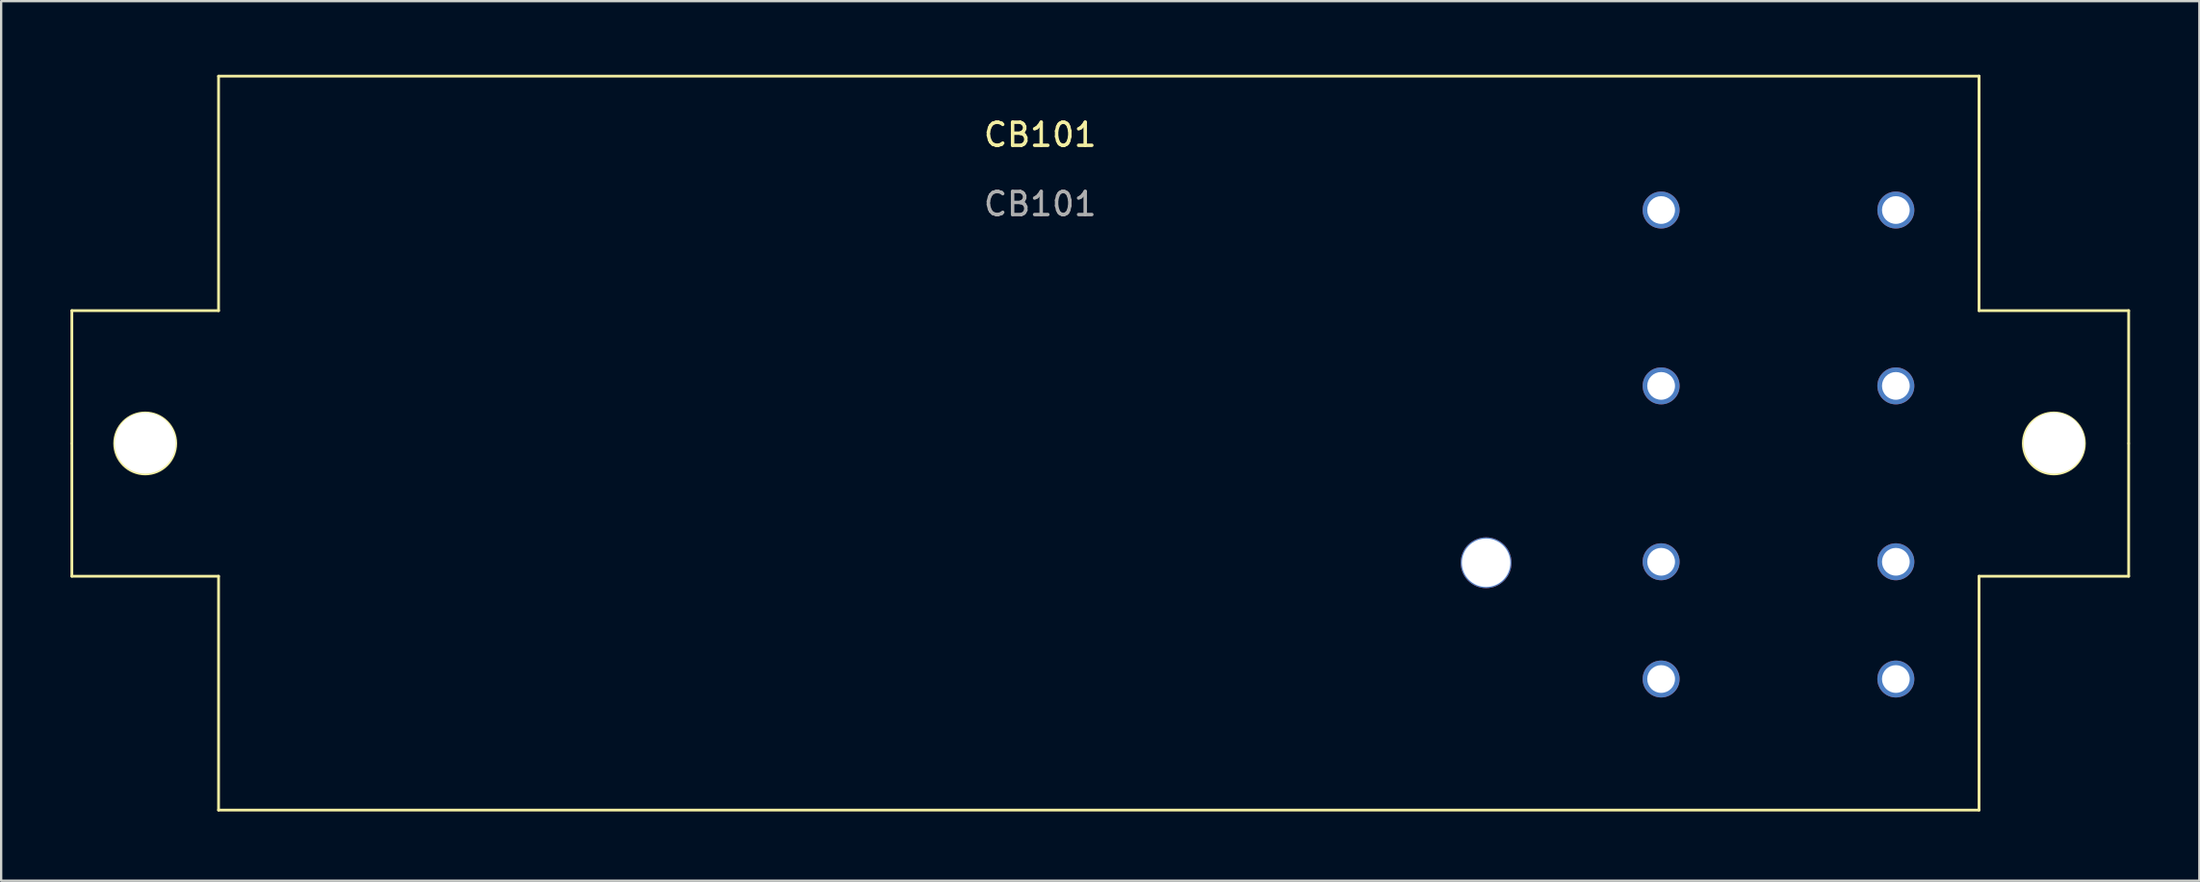
<source format=kicad_pcb>
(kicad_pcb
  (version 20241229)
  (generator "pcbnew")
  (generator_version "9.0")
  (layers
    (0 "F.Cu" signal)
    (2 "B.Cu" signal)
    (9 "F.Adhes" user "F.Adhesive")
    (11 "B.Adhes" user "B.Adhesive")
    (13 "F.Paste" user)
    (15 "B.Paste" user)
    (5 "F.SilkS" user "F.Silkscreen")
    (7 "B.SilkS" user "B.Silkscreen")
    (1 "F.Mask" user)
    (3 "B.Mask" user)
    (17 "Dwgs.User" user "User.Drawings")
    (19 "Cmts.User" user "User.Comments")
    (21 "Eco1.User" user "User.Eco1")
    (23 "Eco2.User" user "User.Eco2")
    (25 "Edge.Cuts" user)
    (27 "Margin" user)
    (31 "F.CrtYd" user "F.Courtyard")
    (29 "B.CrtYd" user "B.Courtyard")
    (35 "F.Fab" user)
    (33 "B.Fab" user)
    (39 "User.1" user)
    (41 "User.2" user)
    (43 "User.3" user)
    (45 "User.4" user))
  (footprint "CB101"
    (layer "F.Cu")
    (at 6.41 0.25)
    (property "Reference" "CB101" (at 35.56 2.54 0) (unlocked yes) (layer "F.SilkS") (effects (font (size 1 1) (thickness 0.15))))
    (attr smd)
    (fp_line (start -6.35 10.16) (end 0 10.16) (stroke (width 0.12) (type solid)) (layer "F.SilkS"))
    (fp_line (start -6.35 15.9) (end -6.35 10.16) (stroke (width 0.12) (type solid)) (layer "F.SilkS"))
    (fp_line (start -6.35 21.666) (end -6.35 15.926) (stroke (width 0.12) (type solid)) (layer "F.SilkS"))
    (fp_line (start -6.35 21.666) (end 0 21.666) (stroke (width 0.12) (type solid)) (layer "F.SilkS"))
    (fp_line (start 0 0) (end 0 10.16) (stroke (width 0.12) (type solid)) (layer "F.SilkS"))
    (fp_line (start 0 21.666) (end 0 31.8) (stroke (width 0.12) (type solid)) (layer "F.SilkS"))
    (fp_line (start 76.2 0) (end 0 0) (stroke (width 0.12) (type solid)) (layer "F.SilkS"))
    (fp_line (start 76.2 0) (end 76.2 5.8) (stroke (width 0.12) (type solid)) (layer "F.SilkS"))
    (fp_line (start 76.2 10.16) (end 76.2 0) (stroke (width 0.12) (type solid)) (layer "F.SilkS"))
    (fp_line (start 76.2 21.666) (end 76.2 31.8) (stroke (width 0.12) (type solid)) (layer "F.SilkS"))
    (fp_line (start 76.2 31.8) (end 0 31.8) (stroke (width 0.12) (type solid)) (layer "F.SilkS"))
    (fp_line (start 82.677 10.16) (end 76.2 10.16) (stroke (width 0.12) (type solid)) (layer "F.SilkS"))
    (fp_line (start 82.677 10.16) (end 82.677 15.9) (stroke (width 0.12) (type solid)) (layer "F.SilkS"))
    (fp_line (start 82.677 15.926) (end 82.677 21.666) (stroke (width 0.12) (type solid)) (layer "F.SilkS"))
    (fp_line (start 82.677 21.666) (end 76.2 21.666) (stroke (width 0.12) (type solid)) (layer "F.SilkS"))
    (fp_circle (center -3.175 15.913) (end -1.854 15.913) (stroke (width 0.12) (type solid)) (fill no) (layer "F.SilkS"))
    (fp_circle (center 79.439 15.913) (end 80.76 15.913) (stroke (width 0.12) (type solid)) (fill no) (layer "F.SilkS"))
    (fp_text user "${REFERENCE}" (at 35.56 5.54 0) (unlocked yes) (layer "F.Fab") (effects (font (size 1 1) (thickness 0.15))))
    (pad "" thru_hole circle (at -3.175 15.9) (size 2.64 2.64) (drill 2.64) (layers "*.Cu" "*.Mask"))
    (pad "" thru_hole circle (at 79.451 15.9) (size 2.64 2.64) (drill 2.64) (layers "*.Cu" "*.Mask"))
    (pad "1" thru_hole circle (at 72.6 5.8) (size 1.6 1.6) (drill 1.2) (layers "*.Cu" "*.Mask"))
    (pad "2" thru_hole circle (at 72.6 13.42) (size 1.6 1.6) (drill 1.2) (layers "*.Cu" "*.Mask"))
    (pad "3" thru_hole circle (at 72.6 21.04) (size 1.6 1.6) (drill 1.2) (layers "*.Cu" "*.Mask"))
    (pad "4" thru_hole circle (at 72.6 26.12) (size 1.6 1.6) (drill 1.2) (layers "*.Cu" "*.Mask"))
    (pad "5" thru_hole circle (at 62.44 26.12) (size 1.6 1.6) (drill 1.2) (layers "*.Cu" "*.Mask"))
    (pad "6" thru_hole circle (at 62.44 21.04) (size 1.6 1.6) (drill 1.2) (layers "*.Cu" "*.Mask"))
    (pad "7" thru_hole circle (at 62.44 13.42) (size 1.6 1.6) (drill 1.2) (layers "*.Cu" "*.Mask"))
    (pad "8" thru_hole circle (at 62.44 5.8) (size 1.6 1.6) (drill 1.2) (layers "*.Cu" "*.Mask"))
    (pad "9" thru_hole circle (at 54.864 21.082) (size 2.2 2.2) (drill 2.1) (layers "*.Cu" "*.Mask")))
  (gr_rect
    (start -3 -3)
    (end 92.147 35.11)
    (stroke (width 0.1) (type default))
    (fill no)
    (layer "Edge.Cuts")))
</source>
